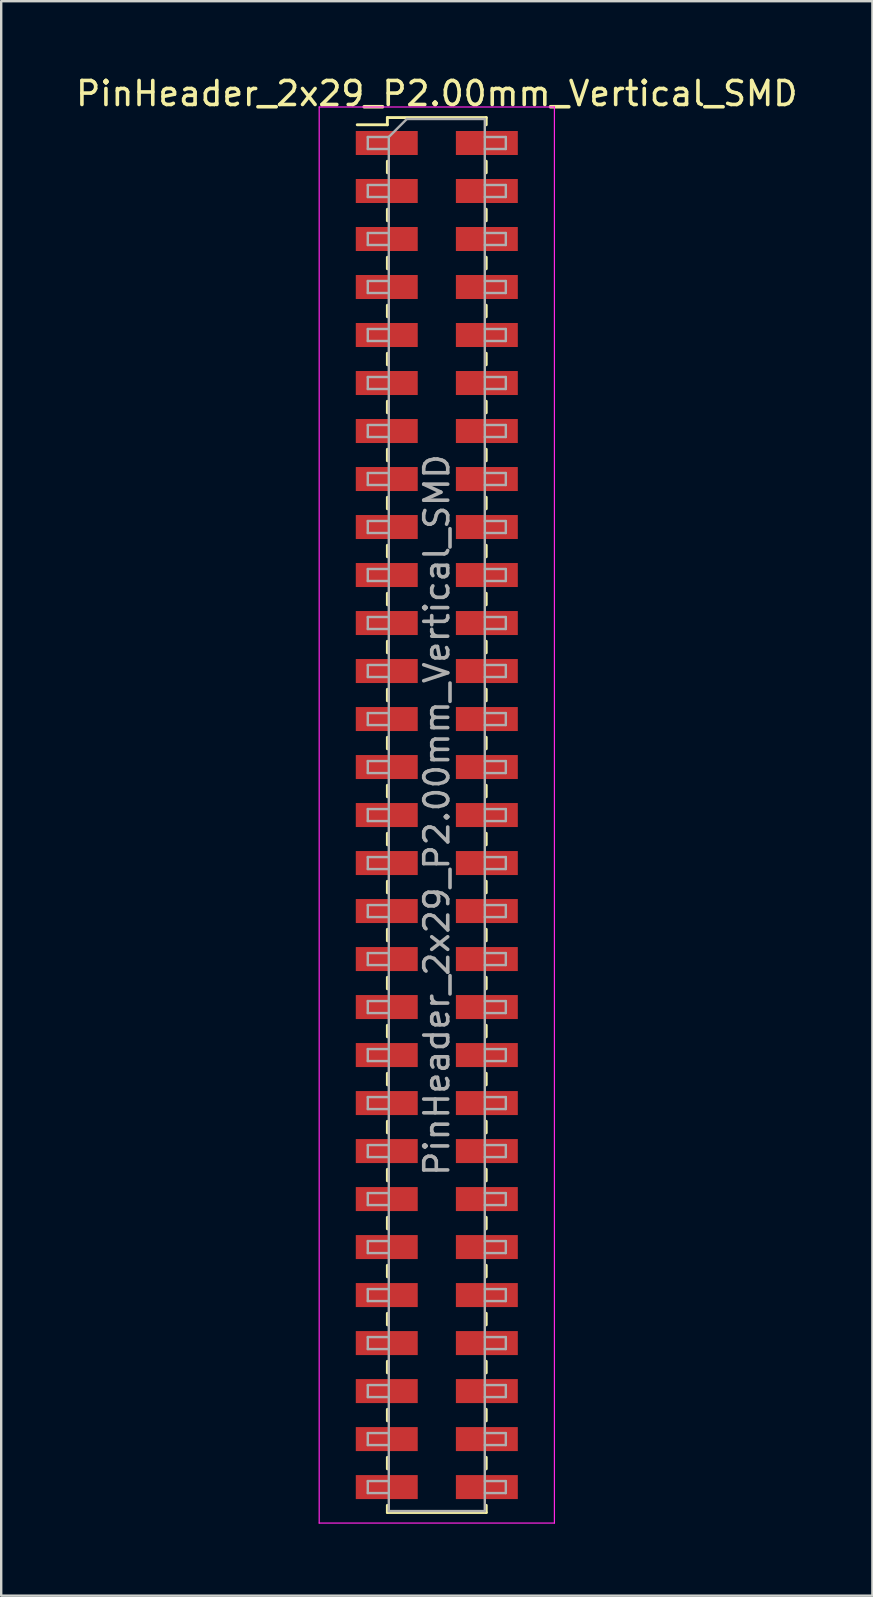
<source format=kicad_pcb>
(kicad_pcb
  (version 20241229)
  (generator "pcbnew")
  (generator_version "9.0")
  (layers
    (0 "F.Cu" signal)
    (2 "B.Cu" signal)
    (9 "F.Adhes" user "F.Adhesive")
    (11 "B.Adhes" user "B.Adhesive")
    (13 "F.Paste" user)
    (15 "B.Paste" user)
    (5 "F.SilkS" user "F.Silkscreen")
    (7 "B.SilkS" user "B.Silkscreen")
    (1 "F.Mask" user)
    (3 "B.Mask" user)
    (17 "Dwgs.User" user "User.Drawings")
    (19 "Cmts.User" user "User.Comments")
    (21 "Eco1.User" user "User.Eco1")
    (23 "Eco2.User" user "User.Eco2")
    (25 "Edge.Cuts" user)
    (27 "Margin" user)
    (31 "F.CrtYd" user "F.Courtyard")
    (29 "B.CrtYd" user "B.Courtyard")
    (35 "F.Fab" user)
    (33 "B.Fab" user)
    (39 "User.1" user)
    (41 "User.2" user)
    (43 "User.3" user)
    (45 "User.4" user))
  (footprint "PinHeader_2x29_P2.00mm_Vertical_SMD"
    (layer "F.Cu")
    (at 15.149 30.908)
    (property "Reference" "PinHeader_2x29_P2.00mm_Vertical_SMD" (at 0 -30.06 0) (layer "F.SilkS") (effects (font (size 1 1) (thickness 0.15))))
    (attr smd)
    (fp_line (start -3.315 -28.76) (end -2.06 -28.76) (stroke (width 0.12) (type solid)) (layer "F.SilkS"))
    (fp_line (start -2.06 -29.06) (end -2.06 -28.76) (stroke (width 0.12) (type solid)) (layer "F.SilkS"))
    (fp_line (start -2.06 -29.06) (end 2.06 -29.06) (stroke (width 0.12) (type solid)) (layer "F.SilkS"))
    (fp_line (start -2.06 -27.24) (end -2.06 -26.76) (stroke (width 0.12) (type solid)) (layer "F.SilkS"))
    (fp_line (start -2.06 -25.24) (end -2.06 -24.76) (stroke (width 0.12) (type solid)) (layer "F.SilkS"))
    (fp_line (start -2.06 -23.24) (end -2.06 -22.76) (stroke (width 0.12) (type solid)) (layer "F.SilkS"))
    (fp_line (start -2.06 -21.24) (end -2.06 -20.76) (stroke (width 0.12) (type solid)) (layer "F.SilkS"))
    (fp_line (start -2.06 -19.24) (end -2.06 -18.76) (stroke (width 0.12) (type solid)) (layer "F.SilkS"))
    (fp_line (start -2.06 -17.24) (end -2.06 -16.76) (stroke (width 0.12) (type solid)) (layer "F.SilkS"))
    (fp_line (start -2.06 -15.24) (end -2.06 -14.76) (stroke (width 0.12) (type solid)) (layer "F.SilkS"))
    (fp_line (start -2.06 -13.24) (end -2.06 -12.76) (stroke (width 0.12) (type solid)) (layer "F.SilkS"))
    (fp_line (start -2.06 -11.24) (end -2.06 -10.76) (stroke (width 0.12) (type solid)) (layer "F.SilkS"))
    (fp_line (start -2.06 -9.24) (end -2.06 -8.76) (stroke (width 0.12) (type solid)) (layer "F.SilkS"))
    (fp_line (start -2.06 -7.24) (end -2.06 -6.76) (stroke (width 0.12) (type solid)) (layer "F.SilkS"))
    (fp_line (start -2.06 -5.24) (end -2.06 -4.76) (stroke (width 0.12) (type solid)) (layer "F.SilkS"))
    (fp_line (start -2.06 -3.24) (end -2.06 -2.76) (stroke (width 0.12) (type solid)) (layer "F.SilkS"))
    (fp_line (start -2.06 -1.24) (end -2.06 -0.76) (stroke (width 0.12) (type solid)) (layer "F.SilkS"))
    (fp_line (start -2.06 0.76) (end -2.06 1.24) (stroke (width 0.12) (type solid)) (layer "F.SilkS"))
    (fp_line (start -2.06 2.76) (end -2.06 3.24) (stroke (width 0.12) (type solid)) (layer "F.SilkS"))
    (fp_line (start -2.06 4.76) (end -2.06 5.24) (stroke (width 0.12) (type solid)) (layer "F.SilkS"))
    (fp_line (start -2.06 6.76) (end -2.06 7.24) (stroke (width 0.12) (type solid)) (layer "F.SilkS"))
    (fp_line (start -2.06 8.76) (end -2.06 9.24) (stroke (width 0.12) (type solid)) (layer "F.SilkS"))
    (fp_line (start -2.06 10.76) (end -2.06 11.24) (stroke (width 0.12) (type solid)) (layer "F.SilkS"))
    (fp_line (start -2.06 12.76) (end -2.06 13.24) (stroke (width 0.12) (type solid)) (layer "F.SilkS"))
    (fp_line (start -2.06 14.76) (end -2.06 15.24) (stroke (width 0.12) (type solid)) (layer "F.SilkS"))
    (fp_line (start -2.06 16.76) (end -2.06 17.24) (stroke (width 0.12) (type solid)) (layer "F.SilkS"))
    (fp_line (start -2.06 18.76) (end -2.06 19.24) (stroke (width 0.12) (type solid)) (layer "F.SilkS"))
    (fp_line (start -2.06 20.76) (end -2.06 21.24) (stroke (width 0.12) (type solid)) (layer "F.SilkS"))
    (fp_line (start -2.06 22.76) (end -2.06 23.24) (stroke (width 0.12) (type solid)) (layer "F.SilkS"))
    (fp_line (start -2.06 24.76) (end -2.06 25.24) (stroke (width 0.12) (type solid)) (layer "F.SilkS"))
    (fp_line (start -2.06 26.76) (end -2.06 27.24) (stroke (width 0.12) (type solid)) (layer "F.SilkS"))
    (fp_line (start -2.06 28.76) (end -2.06 29.06) (stroke (width 0.12) (type solid)) (layer "F.SilkS"))
    (fp_line (start -2.06 29.06) (end 2.06 29.06) (stroke (width 0.12) (type solid)) (layer "F.SilkS"))
    (fp_line (start 2.06 -29.06) (end 2.06 -28.76) (stroke (width 0.12) (type solid)) (layer "F.SilkS"))
    (fp_line (start 2.06 -27.24) (end 2.06 -26.76) (stroke (width 0.12) (type solid)) (layer "F.SilkS"))
    (fp_line (start 2.06 -25.24) (end 2.06 -24.76) (stroke (width 0.12) (type solid)) (layer "F.SilkS"))
    (fp_line (start 2.06 -23.24) (end 2.06 -22.76) (stroke (width 0.12) (type solid)) (layer "F.SilkS"))
    (fp_line (start 2.06 -21.24) (end 2.06 -20.76) (stroke (width 0.12) (type solid)) (layer "F.SilkS"))
    (fp_line (start 2.06 -19.24) (end 2.06 -18.76) (stroke (width 0.12) (type solid)) (layer "F.SilkS"))
    (fp_line (start 2.06 -17.24) (end 2.06 -16.76) (stroke (width 0.12) (type solid)) (layer "F.SilkS"))
    (fp_line (start 2.06 -15.24) (end 2.06 -14.76) (stroke (width 0.12) (type solid)) (layer "F.SilkS"))
    (fp_line (start 2.06 -13.24) (end 2.06 -12.76) (stroke (width 0.12) (type solid)) (layer "F.SilkS"))
    (fp_line (start 2.06 -11.24) (end 2.06 -10.76) (stroke (width 0.12) (type solid)) (layer "F.SilkS"))
    (fp_line (start 2.06 -9.24) (end 2.06 -8.76) (stroke (width 0.12) (type solid)) (layer "F.SilkS"))
    (fp_line (start 2.06 -7.24) (end 2.06 -6.76) (stroke (width 0.12) (type solid)) (layer "F.SilkS"))
    (fp_line (start 2.06 -5.24) (end 2.06 -4.76) (stroke (width 0.12) (type solid)) (layer "F.SilkS"))
    (fp_line (start 2.06 -3.24) (end 2.06 -2.76) (stroke (width 0.12) (type solid)) (layer "F.SilkS"))
    (fp_line (start 2.06 -1.24) (end 2.06 -0.76) (stroke (width 0.12) (type solid)) (layer "F.SilkS"))
    (fp_line (start 2.06 0.76) (end 2.06 1.24) (stroke (width 0.12) (type solid)) (layer "F.SilkS"))
    (fp_line (start 2.06 2.76) (end 2.06 3.24) (stroke (width 0.12) (type solid)) (layer "F.SilkS"))
    (fp_line (start 2.06 4.76) (end 2.06 5.24) (stroke (width 0.12) (type solid)) (layer "F.SilkS"))
    (fp_line (start 2.06 6.76) (end 2.06 7.24) (stroke (width 0.12) (type solid)) (layer "F.SilkS"))
    (fp_line (start 2.06 8.76) (end 2.06 9.24) (stroke (width 0.12) (type solid)) (layer "F.SilkS"))
    (fp_line (start 2.06 10.76) (end 2.06 11.24) (stroke (width 0.12) (type solid)) (layer "F.SilkS"))
    (fp_line (start 2.06 12.76) (end 2.06 13.24) (stroke (width 0.12) (type solid)) (layer "F.SilkS"))
    (fp_line (start 2.06 14.76) (end 2.06 15.24) (stroke (width 0.12) (type solid)) (layer "F.SilkS"))
    (fp_line (start 2.06 16.76) (end 2.06 17.24) (stroke (width 0.12) (type solid)) (layer "F.SilkS"))
    (fp_line (start 2.06 18.76) (end 2.06 19.24) (stroke (width 0.12) (type solid)) (layer "F.SilkS"))
    (fp_line (start 2.06 20.76) (end 2.06 21.24) (stroke (width 0.12) (type solid)) (layer "F.SilkS"))
    (fp_line (start 2.06 22.76) (end 2.06 23.24) (stroke (width 0.12) (type solid)) (layer "F.SilkS"))
    (fp_line (start 2.06 24.76) (end 2.06 25.24) (stroke (width 0.12) (type solid)) (layer "F.SilkS"))
    (fp_line (start 2.06 26.76) (end 2.06 27.24) (stroke (width 0.12) (type solid)) (layer "F.SilkS"))
    (fp_line (start 2.06 28.76) (end 2.06 29.06) (stroke (width 0.12) (type solid)) (layer "F.SilkS"))
    (fp_line (start -4.9 -29.5) (end -4.9 29.5) (stroke (width 0.05) (type solid)) (layer "F.CrtYd"))
    (fp_line (start -4.9 29.5) (end 4.9 29.5) (stroke (width 0.05) (type solid)) (layer "F.CrtYd"))
    (fp_line (start 4.9 -29.5) (end -4.9 -29.5) (stroke (width 0.05) (type solid)) (layer "F.CrtYd"))
    (fp_line (start 4.9 29.5) (end 4.9 -29.5) (stroke (width 0.05) (type solid)) (layer "F.CrtYd"))
    (fp_line (start -2.875 -28.25) (end -2.875 -27.75) (stroke (width 0.1) (type solid)) (layer "F.Fab"))
    (fp_line (start -2.875 -27.75) (end -2 -27.75) (stroke (width 0.1) (type solid)) (layer "F.Fab"))
    (fp_line (start -2.875 -26.25) (end -2.875 -25.75) (stroke (width 0.1) (type solid)) (layer "F.Fab"))
    (fp_line (start -2.875 -25.75) (end -2 -25.75) (stroke (width 0.1) (type solid)) (layer "F.Fab"))
    (fp_line (start -2.875 -24.25) (end -2.875 -23.75) (stroke (width 0.1) (type solid)) (layer "F.Fab"))
    (fp_line (start -2.875 -23.75) (end -2 -23.75) (stroke (width 0.1) (type solid)) (layer "F.Fab"))
    (fp_line (start -2.875 -22.25) (end -2.875 -21.75) (stroke (width 0.1) (type solid)) (layer "F.Fab"))
    (fp_line (start -2.875 -21.75) (end -2 -21.75) (stroke (width 0.1) (type solid)) (layer "F.Fab"))
    (fp_line (start -2.875 -20.25) (end -2.875 -19.75) (stroke (width 0.1) (type solid)) (layer "F.Fab"))
    (fp_line (start -2.875 -19.75) (end -2 -19.75) (stroke (width 0.1) (type solid)) (layer "F.Fab"))
    (fp_line (start -2.875 -18.25) (end -2.875 -17.75) (stroke (width 0.1) (type solid)) (layer "F.Fab"))
    (fp_line (start -2.875 -17.75) (end -2 -17.75) (stroke (width 0.1) (type solid)) (layer "F.Fab"))
    (fp_line (start -2.875 -16.25) (end -2.875 -15.75) (stroke (width 0.1) (type solid)) (layer "F.Fab"))
    (fp_line (start -2.875 -15.75) (end -2 -15.75) (stroke (width 0.1) (type solid)) (layer "F.Fab"))
    (fp_line (start -2.875 -14.25) (end -2.875 -13.75) (stroke (width 0.1) (type solid)) (layer "F.Fab"))
    (fp_line (start -2.875 -13.75) (end -2 -13.75) (stroke (width 0.1) (type solid)) (layer "F.Fab"))
    (fp_line (start -2.875 -12.25) (end -2.875 -11.75) (stroke (width 0.1) (type solid)) (layer "F.Fab"))
    (fp_line (start -2.875 -11.75) (end -2 -11.75) (stroke (width 0.1) (type solid)) (layer "F.Fab"))
    (fp_line (start -2.875 -10.25) (end -2.875 -9.75) (stroke (width 0.1) (type solid)) (layer "F.Fab"))
    (fp_line (start -2.875 -9.75) (end -2 -9.75) (stroke (width 0.1) (type solid)) (layer "F.Fab"))
    (fp_line (start -2.875 -8.25) (end -2.875 -7.75) (stroke (width 0.1) (type solid)) (layer "F.Fab"))
    (fp_line (start -2.875 -7.75) (end -2 -7.75) (stroke (width 0.1) (type solid)) (layer "F.Fab"))
    (fp_line (start -2.875 -6.25) (end -2.875 -5.75) (stroke (width 0.1) (type solid)) (layer "F.Fab"))
    (fp_line (start -2.875 -5.75) (end -2 -5.75) (stroke (width 0.1) (type solid)) (layer "F.Fab"))
    (fp_line (start -2.875 -4.25) (end -2.875 -3.75) (stroke (width 0.1) (type solid)) (layer "F.Fab"))
    (fp_line (start -2.875 -3.75) (end -2 -3.75) (stroke (width 0.1) (type solid)) (layer "F.Fab"))
    (fp_line (start -2.875 -2.25) (end -2.875 -1.75) (stroke (width 0.1) (type solid)) (layer "F.Fab"))
    (fp_line (start -2.875 -1.75) (end -2 -1.75) (stroke (width 0.1) (type solid)) (layer "F.Fab"))
    (fp_line (start -2.875 -0.25) (end -2.875 0.25) (stroke (width 0.1) (type solid)) (layer "F.Fab"))
    (fp_line (start -2.875 0.25) (end -2 0.25) (stroke (width 0.1) (type solid)) (layer "F.Fab"))
    (fp_line (start -2.875 1.75) (end -2.875 2.25) (stroke (width 0.1) (type solid)) (layer "F.Fab"))
    (fp_line (start -2.875 2.25) (end -2 2.25) (stroke (width 0.1) (type solid)) (layer "F.Fab"))
    (fp_line (start -2.875 3.75) (end -2.875 4.25) (stroke (width 0.1) (type solid)) (layer "F.Fab"))
    (fp_line (start -2.875 4.25) (end -2 4.25) (stroke (width 0.1) (type solid)) (layer "F.Fab"))
    (fp_line (start -2.875 5.75) (end -2.875 6.25) (stroke (width 0.1) (type solid)) (layer "F.Fab"))
    (fp_line (start -2.875 6.25) (end -2 6.25) (stroke (width 0.1) (type solid)) (layer "F.Fab"))
    (fp_line (start -2.875 7.75) (end -2.875 8.25) (stroke (width 0.1) (type solid)) (layer "F.Fab"))
    (fp_line (start -2.875 8.25) (end -2 8.25) (stroke (width 0.1) (type solid)) (layer "F.Fab"))
    (fp_line (start -2.875 9.75) (end -2.875 10.25) (stroke (width 0.1) (type solid)) (layer "F.Fab"))
    (fp_line (start -2.875 10.25) (end -2 10.25) (stroke (width 0.1) (type solid)) (layer "F.Fab"))
    (fp_line (start -2.875 11.75) (end -2.875 12.25) (stroke (width 0.1) (type solid)) (layer "F.Fab"))
    (fp_line (start -2.875 12.25) (end -2 12.25) (stroke (width 0.1) (type solid)) (layer "F.Fab"))
    (fp_line (start -2.875 13.75) (end -2.875 14.25) (stroke (width 0.1) (type solid)) (layer "F.Fab"))
    (fp_line (start -2.875 14.25) (end -2 14.25) (stroke (width 0.1) (type solid)) (layer "F.Fab"))
    (fp_line (start -2.875 15.75) (end -2.875 16.25) (stroke (width 0.1) (type solid)) (layer "F.Fab"))
    (fp_line (start -2.875 16.25) (end -2 16.25) (stroke (width 0.1) (type solid)) (layer "F.Fab"))
    (fp_line (start -2.875 17.75) (end -2.875 18.25) (stroke (width 0.1) (type solid)) (layer "F.Fab"))
    (fp_line (start -2.875 18.25) (end -2 18.25) (stroke (width 0.1) (type solid)) (layer "F.Fab"))
    (fp_line (start -2.875 19.75) (end -2.875 20.25) (stroke (width 0.1) (type solid)) (layer "F.Fab"))
    (fp_line (start -2.875 20.25) (end -2 20.25) (stroke (width 0.1) (type solid)) (layer "F.Fab"))
    (fp_line (start -2.875 21.75) (end -2.875 22.25) (stroke (width 0.1) (type solid)) (layer "F.Fab"))
    (fp_line (start -2.875 22.25) (end -2 22.25) (stroke (width 0.1) (type solid)) (layer "F.Fab"))
    (fp_line (start -2.875 23.75) (end -2.875 24.25) (stroke (width 0.1) (type solid)) (layer "F.Fab"))
    (fp_line (start -2.875 24.25) (end -2 24.25) (stroke (width 0.1) (type solid)) (layer "F.Fab"))
    (fp_line (start -2.875 25.75) (end -2.875 26.25) (stroke (width 0.1) (type solid)) (layer "F.Fab"))
    (fp_line (start -2.875 26.25) (end -2 26.25) (stroke (width 0.1) (type solid)) (layer "F.Fab"))
    (fp_line (start -2.875 27.75) (end -2.875 28.25) (stroke (width 0.1) (type solid)) (layer "F.Fab"))
    (fp_line (start -2.875 28.25) (end -2 28.25) (stroke (width 0.1) (type solid)) (layer "F.Fab"))
    (fp_line (start -2 -28.25) (end -2.875 -28.25) (stroke (width 0.1) (type solid)) (layer "F.Fab"))
    (fp_line (start -2 -28.25) (end -1.25 -29) (stroke (width 0.1) (type solid)) (layer "F.Fab"))
    (fp_line (start -2 -26.25) (end -2.875 -26.25) (stroke (width 0.1) (type solid)) (layer "F.Fab"))
    (fp_line (start -2 -24.25) (end -2.875 -24.25) (stroke (width 0.1) (type solid)) (layer "F.Fab"))
    (fp_line (start -2 -22.25) (end -2.875 -22.25) (stroke (width 0.1) (type solid)) (layer "F.Fab"))
    (fp_line (start -2 -20.25) (end -2.875 -20.25) (stroke (width 0.1) (type solid)) (layer "F.Fab"))
    (fp_line (start -2 -18.25) (end -2.875 -18.25) (stroke (width 0.1) (type solid)) (layer "F.Fab"))
    (fp_line (start -2 -16.25) (end -2.875 -16.25) (stroke (width 0.1) (type solid)) (layer "F.Fab"))
    (fp_line (start -2 -14.25) (end -2.875 -14.25) (stroke (width 0.1) (type solid)) (layer "F.Fab"))
    (fp_line (start -2 -12.25) (end -2.875 -12.25) (stroke (width 0.1) (type solid)) (layer "F.Fab"))
    (fp_line (start -2 -10.25) (end -2.875 -10.25) (stroke (width 0.1) (type solid)) (layer "F.Fab"))
    (fp_line (start -2 -8.25) (end -2.875 -8.25) (stroke (width 0.1) (type solid)) (layer "F.Fab"))
    (fp_line (start -2 -6.25) (end -2.875 -6.25) (stroke (width 0.1) (type solid)) (layer "F.Fab"))
    (fp_line (start -2 -4.25) (end -2.875 -4.25) (stroke (width 0.1) (type solid)) (layer "F.Fab"))
    (fp_line (start -2 -2.25) (end -2.875 -2.25) (stroke (width 0.1) (type solid)) (layer "F.Fab"))
    (fp_line (start -2 -0.25) (end -2.875 -0.25) (stroke (width 0.1) (type solid)) (layer "F.Fab"))
    (fp_line (start -2 1.75) (end -2.875 1.75) (stroke (width 0.1) (type solid)) (layer "F.Fab"))
    (fp_line (start -2 3.75) (end -2.875 3.75) (stroke (width 0.1) (type solid)) (layer "F.Fab"))
    (fp_line (start -2 5.75) (end -2.875 5.75) (stroke (width 0.1) (type solid)) (layer "F.Fab"))
    (fp_line (start -2 7.75) (end -2.875 7.75) (stroke (width 0.1) (type solid)) (layer "F.Fab"))
    (fp_line (start -2 9.75) (end -2.875 9.75) (stroke (width 0.1) (type solid)) (layer "F.Fab"))
    (fp_line (start -2 11.75) (end -2.875 11.75) (stroke (width 0.1) (type solid)) (layer "F.Fab"))
    (fp_line (start -2 13.75) (end -2.875 13.75) (stroke (width 0.1) (type solid)) (layer "F.Fab"))
    (fp_line (start -2 15.75) (end -2.875 15.75) (stroke (width 0.1) (type solid)) (layer "F.Fab"))
    (fp_line (start -2 17.75) (end -2.875 17.75) (stroke (width 0.1) (type solid)) (layer "F.Fab"))
    (fp_line (start -2 19.75) (end -2.875 19.75) (stroke (width 0.1) (type solid)) (layer "F.Fab"))
    (fp_line (start -2 21.75) (end -2.875 21.75) (stroke (width 0.1) (type solid)) (layer "F.Fab"))
    (fp_line (start -2 23.75) (end -2.875 23.75) (stroke (width 0.1) (type solid)) (layer "F.Fab"))
    (fp_line (start -2 25.75) (end -2.875 25.75) (stroke (width 0.1) (type solid)) (layer "F.Fab"))
    (fp_line (start -2 27.75) (end -2.875 27.75) (stroke (width 0.1) (type solid)) (layer "F.Fab"))
    (fp_line (start -2 29) (end -2 -28.25) (stroke (width 0.1) (type solid)) (layer "F.Fab"))
    (fp_line (start -1.25 -29) (end 2 -29) (stroke (width 0.1) (type solid)) (layer "F.Fab"))
    (fp_line (start 2 -29) (end 2 29) (stroke (width 0.1) (type solid)) (layer "F.Fab"))
    (fp_line (start 2 -28.25) (end 2.875 -28.25) (stroke (width 0.1) (type solid)) (layer "F.Fab"))
    (fp_line (start 2 -26.25) (end 2.875 -26.25) (stroke (width 0.1) (type solid)) (layer "F.Fab"))
    (fp_line (start 2 -24.25) (end 2.875 -24.25) (stroke (width 0.1) (type solid)) (layer "F.Fab"))
    (fp_line (start 2 -22.25) (end 2.875 -22.25) (stroke (width 0.1) (type solid)) (layer "F.Fab"))
    (fp_line (start 2 -20.25) (end 2.875 -20.25) (stroke (width 0.1) (type solid)) (layer "F.Fab"))
    (fp_line (start 2 -18.25) (end 2.875 -18.25) (stroke (width 0.1) (type solid)) (layer "F.Fab"))
    (fp_line (start 2 -16.25) (end 2.875 -16.25) (stroke (width 0.1) (type solid)) (layer "F.Fab"))
    (fp_line (start 2 -14.25) (end 2.875 -14.25) (stroke (width 0.1) (type solid)) (layer "F.Fab"))
    (fp_line (start 2 -12.25) (end 2.875 -12.25) (stroke (width 0.1) (type solid)) (layer "F.Fab"))
    (fp_line (start 2 -10.25) (end 2.875 -10.25) (stroke (width 0.1) (type solid)) (layer "F.Fab"))
    (fp_line (start 2 -8.25) (end 2.875 -8.25) (stroke (width 0.1) (type solid)) (layer "F.Fab"))
    (fp_line (start 2 -6.25) (end 2.875 -6.25) (stroke (width 0.1) (type solid)) (layer "F.Fab"))
    (fp_line (start 2 -4.25) (end 2.875 -4.25) (stroke (width 0.1) (type solid)) (layer "F.Fab"))
    (fp_line (start 2 -2.25) (end 2.875 -2.25) (stroke (width 0.1) (type solid)) (layer "F.Fab"))
    (fp_line (start 2 -0.25) (end 2.875 -0.25) (stroke (width 0.1) (type solid)) (layer "F.Fab"))
    (fp_line (start 2 1.75) (end 2.875 1.75) (stroke (width 0.1) (type solid)) (layer "F.Fab"))
    (fp_line (start 2 3.75) (end 2.875 3.75) (stroke (width 0.1) (type solid)) (layer "F.Fab"))
    (fp_line (start 2 5.75) (end 2.875 5.75) (stroke (width 0.1) (type solid)) (layer "F.Fab"))
    (fp_line (start 2 7.75) (end 2.875 7.75) (stroke (width 0.1) (type solid)) (layer "F.Fab"))
    (fp_line (start 2 9.75) (end 2.875 9.75) (stroke (width 0.1) (type solid)) (layer "F.Fab"))
    (fp_line (start 2 11.75) (end 2.875 11.75) (stroke (width 0.1) (type solid)) (layer "F.Fab"))
    (fp_line (start 2 13.75) (end 2.875 13.75) (stroke (width 0.1) (type solid)) (layer "F.Fab"))
    (fp_line (start 2 15.75) (end 2.875 15.75) (stroke (width 0.1) (type solid)) (layer "F.Fab"))
    (fp_line (start 2 17.75) (end 2.875 17.75) (stroke (width 0.1) (type solid)) (layer "F.Fab"))
    (fp_line (start 2 19.75) (end 2.875 19.75) (stroke (width 0.1) (type solid)) (layer "F.Fab"))
    (fp_line (start 2 21.75) (end 2.875 21.75) (stroke (width 0.1) (type solid)) (layer "F.Fab"))
    (fp_line (start 2 23.75) (end 2.875 23.75) (stroke (width 0.1) (type solid)) (layer "F.Fab"))
    (fp_line (start 2 25.75) (end 2.875 25.75) (stroke (width 0.1) (type solid)) (layer "F.Fab"))
    (fp_line (start 2 27.75) (end 2.875 27.75) (stroke (width 0.1) (type solid)) (layer "F.Fab"))
    (fp_line (start 2 29) (end -2 29) (stroke (width 0.1) (type solid)) (layer "F.Fab"))
    (fp_line (start 2.875 -28.25) (end 2.875 -27.75) (stroke (width 0.1) (type solid)) (layer "F.Fab"))
    (fp_line (start 2.875 -27.75) (end 2 -27.75) (stroke (width 0.1) (type solid)) (layer "F.Fab"))
    (fp_line (start 2.875 -26.25) (end 2.875 -25.75) (stroke (width 0.1) (type solid)) (layer "F.Fab"))
    (fp_line (start 2.875 -25.75) (end 2 -25.75) (stroke (width 0.1) (type solid)) (layer "F.Fab"))
    (fp_line (start 2.875 -24.25) (end 2.875 -23.75) (stroke (width 0.1) (type solid)) (layer "F.Fab"))
    (fp_line (start 2.875 -23.75) (end 2 -23.75) (stroke (width 0.1) (type solid)) (layer "F.Fab"))
    (fp_line (start 2.875 -22.25) (end 2.875 -21.75) (stroke (width 0.1) (type solid)) (layer "F.Fab"))
    (fp_line (start 2.875 -21.75) (end 2 -21.75) (stroke (width 0.1) (type solid)) (layer "F.Fab"))
    (fp_line (start 2.875 -20.25) (end 2.875 -19.75) (stroke (width 0.1) (type solid)) (layer "F.Fab"))
    (fp_line (start 2.875 -19.75) (end 2 -19.75) (stroke (width 0.1) (type solid)) (layer "F.Fab"))
    (fp_line (start 2.875 -18.25) (end 2.875 -17.75) (stroke (width 0.1) (type solid)) (layer "F.Fab"))
    (fp_line (start 2.875 -17.75) (end 2 -17.75) (stroke (width 0.1) (type solid)) (layer "F.Fab"))
    (fp_line (start 2.875 -16.25) (end 2.875 -15.75) (stroke (width 0.1) (type solid)) (layer "F.Fab"))
    (fp_line (start 2.875 -15.75) (end 2 -15.75) (stroke (width 0.1) (type solid)) (layer "F.Fab"))
    (fp_line (start 2.875 -14.25) (end 2.875 -13.75) (stroke (width 0.1) (type solid)) (layer "F.Fab"))
    (fp_line (start 2.875 -13.75) (end 2 -13.75) (stroke (width 0.1) (type solid)) (layer "F.Fab"))
    (fp_line (start 2.875 -12.25) (end 2.875 -11.75) (stroke (width 0.1) (type solid)) (layer "F.Fab"))
    (fp_line (start 2.875 -11.75) (end 2 -11.75) (stroke (width 0.1) (type solid)) (layer "F.Fab"))
    (fp_line (start 2.875 -10.25) (end 2.875 -9.75) (stroke (width 0.1) (type solid)) (layer "F.Fab"))
    (fp_line (start 2.875 -9.75) (end 2 -9.75) (stroke (width 0.1) (type solid)) (layer "F.Fab"))
    (fp_line (start 2.875 -8.25) (end 2.875 -7.75) (stroke (width 0.1) (type solid)) (layer "F.Fab"))
    (fp_line (start 2.875 -7.75) (end 2 -7.75) (stroke (width 0.1) (type solid)) (layer "F.Fab"))
    (fp_line (start 2.875 -6.25) (end 2.875 -5.75) (stroke (width 0.1) (type solid)) (layer "F.Fab"))
    (fp_line (start 2.875 -5.75) (end 2 -5.75) (stroke (width 0.1) (type solid)) (layer "F.Fab"))
    (fp_line (start 2.875 -4.25) (end 2.875 -3.75) (stroke (width 0.1) (type solid)) (layer "F.Fab"))
    (fp_line (start 2.875 -3.75) (end 2 -3.75) (stroke (width 0.1) (type solid)) (layer "F.Fab"))
    (fp_line (start 2.875 -2.25) (end 2.875 -1.75) (stroke (width 0.1) (type solid)) (layer "F.Fab"))
    (fp_line (start 2.875 -1.75) (end 2 -1.75) (stroke (width 0.1) (type solid)) (layer "F.Fab"))
    (fp_line (start 2.875 -0.25) (end 2.875 0.25) (stroke (width 0.1) (type solid)) (layer "F.Fab"))
    (fp_line (start 2.875 0.25) (end 2 0.25) (stroke (width 0.1) (type solid)) (layer "F.Fab"))
    (fp_line (start 2.875 1.75) (end 2.875 2.25) (stroke (width 0.1) (type solid)) (layer "F.Fab"))
    (fp_line (start 2.875 2.25) (end 2 2.25) (stroke (width 0.1) (type solid)) (layer "F.Fab"))
    (fp_line (start 2.875 3.75) (end 2.875 4.25) (stroke (width 0.1) (type solid)) (layer "F.Fab"))
    (fp_line (start 2.875 4.25) (end 2 4.25) (stroke (width 0.1) (type solid)) (layer "F.Fab"))
    (fp_line (start 2.875 5.75) (end 2.875 6.25) (stroke (width 0.1) (type solid)) (layer "F.Fab"))
    (fp_line (start 2.875 6.25) (end 2 6.25) (stroke (width 0.1) (type solid)) (layer "F.Fab"))
    (fp_line (start 2.875 7.75) (end 2.875 8.25) (stroke (width 0.1) (type solid)) (layer "F.Fab"))
    (fp_line (start 2.875 8.25) (end 2 8.25) (stroke (width 0.1) (type solid)) (layer "F.Fab"))
    (fp_line (start 2.875 9.75) (end 2.875 10.25) (stroke (width 0.1) (type solid)) (layer "F.Fab"))
    (fp_line (start 2.875 10.25) (end 2 10.25) (stroke (width 0.1) (type solid)) (layer "F.Fab"))
    (fp_line (start 2.875 11.75) (end 2.875 12.25) (stroke (width 0.1) (type solid)) (layer "F.Fab"))
    (fp_line (start 2.875 12.25) (end 2 12.25) (stroke (width 0.1) (type solid)) (layer "F.Fab"))
    (fp_line (start 2.875 13.75) (end 2.875 14.25) (stroke (width 0.1) (type solid)) (layer "F.Fab"))
    (fp_line (start 2.875 14.25) (end 2 14.25) (stroke (width 0.1) (type solid)) (layer "F.Fab"))
    (fp_line (start 2.875 15.75) (end 2.875 16.25) (stroke (width 0.1) (type solid)) (layer "F.Fab"))
    (fp_line (start 2.875 16.25) (end 2 16.25) (stroke (width 0.1) (type solid)) (layer "F.Fab"))
    (fp_line (start 2.875 17.75) (end 2.875 18.25) (stroke (width 0.1) (type solid)) (layer "F.Fab"))
    (fp_line (start 2.875 18.25) (end 2 18.25) (stroke (width 0.1) (type solid)) (layer "F.Fab"))
    (fp_line (start 2.875 19.75) (end 2.875 20.25) (stroke (width 0.1) (type solid)) (layer "F.Fab"))
    (fp_line (start 2.875 20.25) (end 2 20.25) (stroke (width 0.1) (type solid)) (layer "F.Fab"))
    (fp_line (start 2.875 21.75) (end 2.875 22.25) (stroke (width 0.1) (type solid)) (layer "F.Fab"))
    (fp_line (start 2.875 22.25) (end 2 22.25) (stroke (width 0.1) (type solid)) (layer "F.Fab"))
    (fp_line (start 2.875 23.75) (end 2.875 24.25) (stroke (width 0.1) (type solid)) (layer "F.Fab"))
    (fp_line (start 2.875 24.25) (end 2 24.25) (stroke (width 0.1) (type solid)) (layer "F.Fab"))
    (fp_line (start 2.875 25.75) (end 2.875 26.25) (stroke (width 0.1) (type solid)) (layer "F.Fab"))
    (fp_line (start 2.875 26.25) (end 2 26.25) (stroke (width 0.1) (type solid)) (layer "F.Fab"))
    (fp_line (start 2.875 27.75) (end 2.875 28.25) (stroke (width 0.1) (type solid)) (layer "F.Fab"))
    (fp_line (start 2.875 28.25) (end 2 28.25) (stroke (width 0.1) (type solid)) (layer "F.Fab"))
    (fp_text user "${REFERENCE}" (at 0 0 90) (layer "F.Fab") (effects (font (size 1 1) (thickness 0.15))))
    (pad "1" smd rect (at -2.085 -28) (size 2.58 1) (layers "F.Cu" "F.Mask" "F.Paste"))
    (pad "2" smd rect (at 2.085 -28) (size 2.58 1) (layers "F.Cu" "F.Mask" "F.Paste"))
    (pad "3" smd rect (at -2.085 -26) (size 2.58 1) (layers "F.Cu" "F.Mask" "F.Paste"))
    (pad "4" smd rect (at 2.085 -26) (size 2.58 1) (layers "F.Cu" "F.Mask" "F.Paste"))
    (pad "5" smd rect (at -2.085 -24) (size 2.58 1) (layers "F.Cu" "F.Mask" "F.Paste"))
    (pad "6" smd rect (at 2.085 -24) (size 2.58 1) (layers "F.Cu" "F.Mask" "F.Paste"))
    (pad "7" smd rect (at -2.085 -22) (size 2.58 1) (layers "F.Cu" "F.Mask" "F.Paste"))
    (pad "8" smd rect (at 2.085 -22) (size 2.58 1) (layers "F.Cu" "F.Mask" "F.Paste"))
    (pad "9" smd rect (at -2.085 -20) (size 2.58 1) (layers "F.Cu" "F.Mask" "F.Paste"))
    (pad "10" smd rect (at 2.085 -20) (size 2.58 1) (layers "F.Cu" "F.Mask" "F.Paste"))
    (pad "11" smd rect (at -2.085 -18) (size 2.58 1) (layers "F.Cu" "F.Mask" "F.Paste"))
    (pad "12" smd rect (at 2.085 -18) (size 2.58 1) (layers "F.Cu" "F.Mask" "F.Paste"))
    (pad "13" smd rect (at -2.085 -16) (size 2.58 1) (layers "F.Cu" "F.Mask" "F.Paste"))
    (pad "14" smd rect (at 2.085 -16) (size 2.58 1) (layers "F.Cu" "F.Mask" "F.Paste"))
    (pad "15" smd rect (at -2.085 -14) (size 2.58 1) (layers "F.Cu" "F.Mask" "F.Paste"))
    (pad "16" smd rect (at 2.085 -14) (size 2.58 1) (layers "F.Cu" "F.Mask" "F.Paste"))
    (pad "17" smd rect (at -2.085 -12) (size 2.58 1) (layers "F.Cu" "F.Mask" "F.Paste"))
    (pad "18" smd rect (at 2.085 -12) (size 2.58 1) (layers "F.Cu" "F.Mask" "F.Paste"))
    (pad "19" smd rect (at -2.085 -10) (size 2.58 1) (layers "F.Cu" "F.Mask" "F.Paste"))
    (pad "20" smd rect (at 2.085 -10) (size 2.58 1) (layers "F.Cu" "F.Mask" "F.Paste"))
    (pad "21" smd rect (at -2.085 -8) (size 2.58 1) (layers "F.Cu" "F.Mask" "F.Paste"))
    (pad "22" smd rect (at 2.085 -8) (size 2.58 1) (layers "F.Cu" "F.Mask" "F.Paste"))
    (pad "23" smd rect (at -2.085 -6) (size 2.58 1) (layers "F.Cu" "F.Mask" "F.Paste"))
    (pad "24" smd rect (at 2.085 -6) (size 2.58 1) (layers "F.Cu" "F.Mask" "F.Paste"))
    (pad "25" smd rect (at -2.085 -4) (size 2.58 1) (layers "F.Cu" "F.Mask" "F.Paste"))
    (pad "26" smd rect (at 2.085 -4) (size 2.58 1) (layers "F.Cu" "F.Mask" "F.Paste"))
    (pad "27" smd rect (at -2.085 -2) (size 2.58 1) (layers "F.Cu" "F.Mask" "F.Paste"))
    (pad "28" smd rect (at 2.085 -2) (size 2.58 1) (layers "F.Cu" "F.Mask" "F.Paste"))
    (pad "29" smd rect (at -2.085 0) (size 2.58 1) (layers "F.Cu" "F.Mask" "F.Paste"))
    (pad "30" smd rect (at 2.085 0) (size 2.58 1) (layers "F.Cu" "F.Mask" "F.Paste"))
    (pad "31" smd rect (at -2.085 2) (size 2.58 1) (layers "F.Cu" "F.Mask" "F.Paste"))
    (pad "32" smd rect (at 2.085 2) (size 2.58 1) (layers "F.Cu" "F.Mask" "F.Paste"))
    (pad "33" smd rect (at -2.085 4) (size 2.58 1) (layers "F.Cu" "F.Mask" "F.Paste"))
    (pad "34" smd rect (at 2.085 4) (size 2.58 1) (layers "F.Cu" "F.Mask" "F.Paste"))
    (pad "35" smd rect (at -2.085 6) (size 2.58 1) (layers "F.Cu" "F.Mask" "F.Paste"))
    (pad "36" smd rect (at 2.085 6) (size 2.58 1) (layers "F.Cu" "F.Mask" "F.Paste"))
    (pad "37" smd rect (at -2.085 8) (size 2.58 1) (layers "F.Cu" "F.Mask" "F.Paste"))
    (pad "38" smd rect (at 2.085 8) (size 2.58 1) (layers "F.Cu" "F.Mask" "F.Paste"))
    (pad "39" smd rect (at -2.085 10) (size 2.58 1) (layers "F.Cu" "F.Mask" "F.Paste"))
    (pad "40" smd rect (at 2.085 10) (size 2.58 1) (layers "F.Cu" "F.Mask" "F.Paste"))
    (pad "41" smd rect (at -2.085 12) (size 2.58 1) (layers "F.Cu" "F.Mask" "F.Paste"))
    (pad "42" smd rect (at 2.085 12) (size 2.58 1) (layers "F.Cu" "F.Mask" "F.Paste"))
    (pad "43" smd rect (at -2.085 14) (size 2.58 1) (layers "F.Cu" "F.Mask" "F.Paste"))
    (pad "44" smd rect (at 2.085 14) (size 2.58 1) (layers "F.Cu" "F.Mask" "F.Paste"))
    (pad "45" smd rect (at -2.085 16) (size 2.58 1) (layers "F.Cu" "F.Mask" "F.Paste"))
    (pad "46" smd rect (at 2.085 16) (size 2.58 1) (layers "F.Cu" "F.Mask" "F.Paste"))
    (pad "47" smd rect (at -2.085 18) (size 2.58 1) (layers "F.Cu" "F.Mask" "F.Paste"))
    (pad "48" smd rect (at 2.085 18) (size 2.58 1) (layers "F.Cu" "F.Mask" "F.Paste"))
    (pad "49" smd rect (at -2.085 20) (size 2.58 1) (layers "F.Cu" "F.Mask" "F.Paste"))
    (pad "50" smd rect (at 2.085 20) (size 2.58 1) (layers "F.Cu" "F.Mask" "F.Paste"))
    (pad "51" smd rect (at -2.085 22) (size 2.58 1) (layers "F.Cu" "F.Mask" "F.Paste"))
    (pad "52" smd rect (at 2.085 22) (size 2.58 1) (layers "F.Cu" "F.Mask" "F.Paste"))
    (pad "53" smd rect (at -2.085 24) (size 2.58 1) (layers "F.Cu" "F.Mask" "F.Paste"))
    (pad "54" smd rect (at 2.085 24) (size 2.58 1) (layers "F.Cu" "F.Mask" "F.Paste"))
    (pad "55" smd rect (at -2.085 26) (size 2.58 1) (layers "F.Cu" "F.Mask" "F.Paste"))
    (pad "56" smd rect (at 2.085 26) (size 2.58 1) (layers "F.Cu" "F.Mask" "F.Paste"))
    (pad "57" smd rect (at -2.085 28) (size 2.58 1) (layers "F.Cu" "F.Mask" "F.Paste"))
    (pad "58" smd rect (at 2.085 28) (size 2.58 1) (layers "F.Cu" "F.Mask" "F.Paste")))
  (gr_rect
    (start -3 -3)
    (end 33.298 63.433)
    (stroke (width 0.1) (type default))
    (fill no)
    (layer "Edge.Cuts")))
</source>
